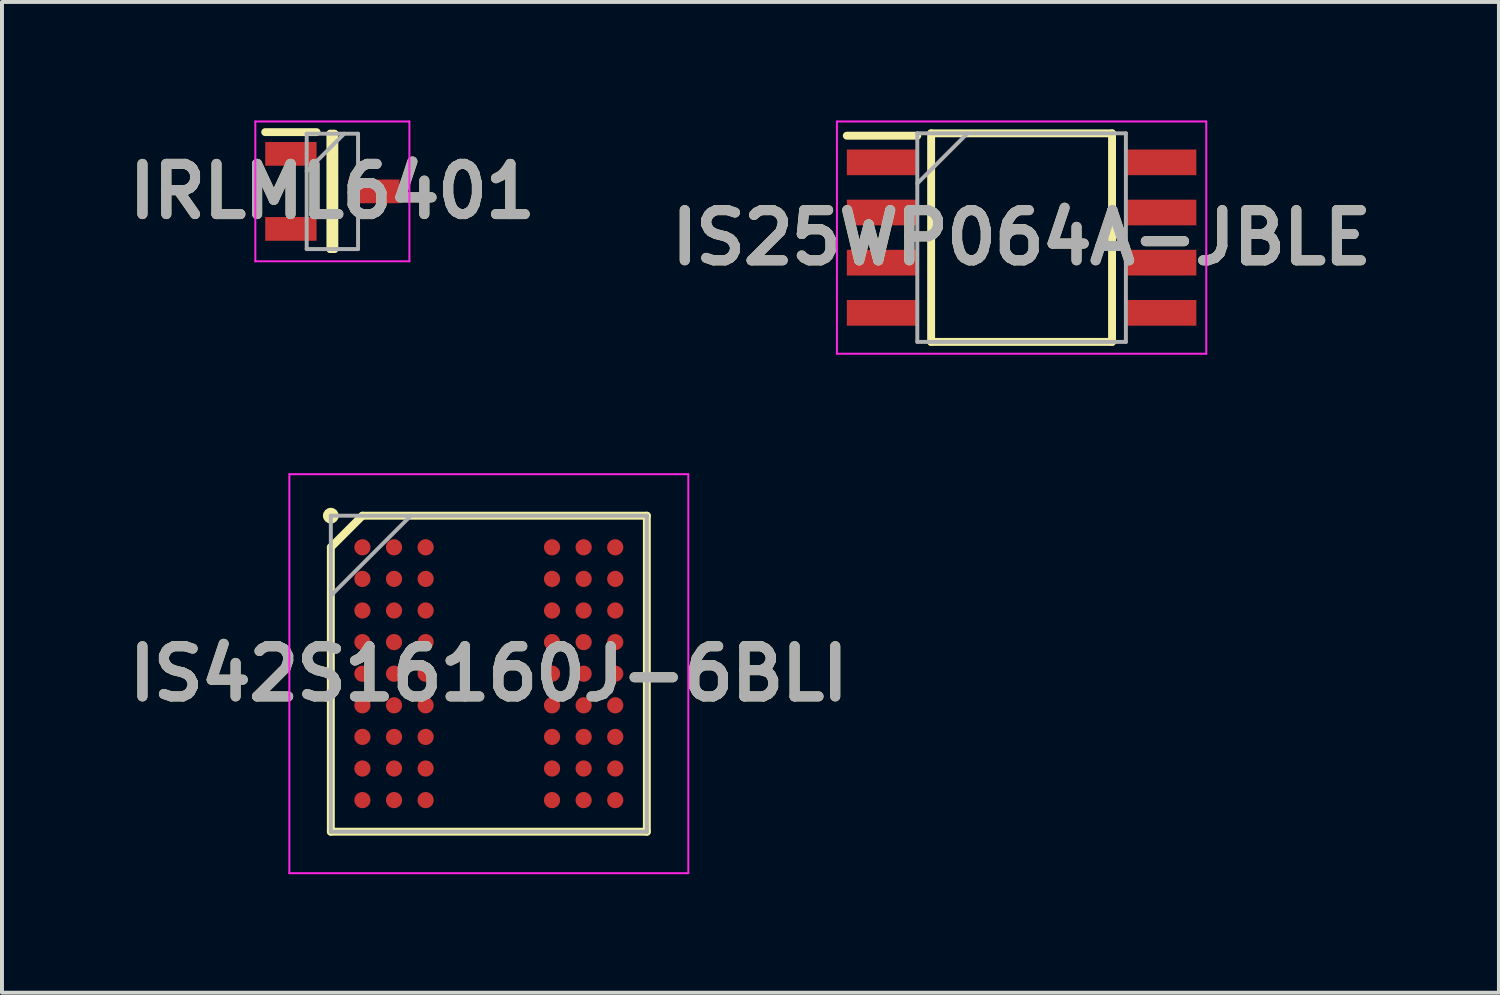
<source format=kicad_pcb>
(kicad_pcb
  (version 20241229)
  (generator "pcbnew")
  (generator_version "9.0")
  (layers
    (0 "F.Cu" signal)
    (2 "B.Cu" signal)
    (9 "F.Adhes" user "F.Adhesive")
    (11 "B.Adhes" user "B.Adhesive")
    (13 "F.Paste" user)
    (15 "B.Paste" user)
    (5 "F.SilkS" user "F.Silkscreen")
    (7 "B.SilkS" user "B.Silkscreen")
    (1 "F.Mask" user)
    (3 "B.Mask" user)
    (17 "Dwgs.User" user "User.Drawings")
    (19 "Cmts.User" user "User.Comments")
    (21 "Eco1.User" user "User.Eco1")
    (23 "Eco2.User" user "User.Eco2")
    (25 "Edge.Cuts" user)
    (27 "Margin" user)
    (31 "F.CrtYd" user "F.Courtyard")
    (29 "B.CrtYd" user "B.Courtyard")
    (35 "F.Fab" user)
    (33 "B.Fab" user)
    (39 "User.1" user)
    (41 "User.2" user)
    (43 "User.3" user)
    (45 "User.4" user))
  (footprint "IS42S16160J-6BLI"
    (layer "F.Cu")
    (at 9.325 14.005)
    (property "Reference" "IS42S16160J-6BLI" (at 0 0 0) (layer "F.SilkS") (effects (font (size 1.27 1.27) (thickness 0.254))))
    (attr smd)
    (fp_line (start -4 -3.2) (end -3.2 -4) (stroke (width 0.2) (type solid)) (layer "F.SilkS"))
    (fp_line (start -4 4) (end -4 -3.2) (stroke (width 0.2) (type solid)) (layer "F.SilkS"))
    (fp_line (start -3.2 -4) (end 4 -4) (stroke (width 0.2) (type solid)) (layer "F.SilkS"))
    (fp_line (start 4 -4) (end 4 4) (stroke (width 0.2) (type solid)) (layer "F.SilkS"))
    (fp_line (start 4 4) (end -4 4) (stroke (width 0.2) (type solid)) (layer "F.SilkS"))
    (fp_circle (center -4 -4) (end -4 -3.9) (stroke (width 0.2) (type solid)) (fill no) (layer "F.SilkS"))
    (fp_line (start -5.05 -5.05) (end 5.05 -5.05) (stroke (width 0.05) (type solid)) (layer "F.CrtYd"))
    (fp_line (start -5.05 5.05) (end -5.05 -5.05) (stroke (width 0.05) (type solid)) (layer "F.CrtYd"))
    (fp_line (start 5.05 -5.05) (end 5.05 5.05) (stroke (width 0.05) (type solid)) (layer "F.CrtYd"))
    (fp_line (start 5.05 5.05) (end -5.05 5.05) (stroke (width 0.05) (type solid)) (layer "F.CrtYd"))
    (fp_line (start -4 -4) (end 4 -4) (stroke (width 0.1) (type solid)) (layer "F.Fab"))
    (fp_line (start -4 -1.975) (end -1.975 -4) (stroke (width 0.1) (type solid)) (layer "F.Fab"))
    (fp_line (start -4 4) (end -4 -4) (stroke (width 0.1) (type solid)) (layer "F.Fab"))
    (fp_line (start 4 -4) (end 4 4) (stroke (width 0.1) (type solid)) (layer "F.Fab"))
    (fp_line (start 4 4) (end -4 4) (stroke (width 0.1) (type solid)) (layer "F.Fab"))
    (fp_text user "${REFERENCE}" (at 0 0 0) (layer "F.Fab") (effects (font (size 1.27 1.27) (thickness 0.254))))
    (pad "A1" smd circle (at -3.2 -3.2 90) (size 0.41 0.41) (layers "F.Cu" "F.Mask" "F.Paste"))
    (pad "A2" smd circle (at -2.4 -3.2 90) (size 0.41 0.41) (layers "F.Cu" "F.Mask" "F.Paste"))
    (pad "A3" smd circle (at -1.6 -3.2 90) (size 0.41 0.41) (layers "F.Cu" "F.Mask" "F.Paste"))
    (pad "A7" smd circle (at 1.6 -3.2 90) (size 0.41 0.41) (layers "F.Cu" "F.Mask" "F.Paste"))
    (pad "A8" smd circle (at 2.4 -3.2 90) (size 0.41 0.41) (layers "F.Cu" "F.Mask" "F.Paste"))
    (pad "A9" smd circle (at 3.2 -3.2 90) (size 0.41 0.41) (layers "F.Cu" "F.Mask" "F.Paste"))
    (pad "B1" smd circle (at -3.2 -2.4 90) (size 0.41 0.41) (layers "F.Cu" "F.Mask" "F.Paste"))
    (pad "B2" smd circle (at -2.4 -2.4 90) (size 0.41 0.41) (layers "F.Cu" "F.Mask" "F.Paste"))
    (pad "B3" smd circle (at -1.6 -2.4 90) (size 0.41 0.41) (layers "F.Cu" "F.Mask" "F.Paste"))
    (pad "B7" smd circle (at 1.6 -2.4 90) (size 0.41 0.41) (layers "F.Cu" "F.Mask" "F.Paste"))
    (pad "B8" smd circle (at 2.4 -2.4 90) (size 0.41 0.41) (layers "F.Cu" "F.Mask" "F.Paste"))
    (pad "B9" smd circle (at 3.2 -2.4 90) (size 0.41 0.41) (layers "F.Cu" "F.Mask" "F.Paste"))
    (pad "C1" smd circle (at -3.2 -1.6 90) (size 0.41 0.41) (layers "F.Cu" "F.Mask" "F.Paste"))
    (pad "C2" smd circle (at -2.4 -1.6 90) (size 0.41 0.41) (layers "F.Cu" "F.Mask" "F.Paste"))
    (pad "C3" smd circle (at -1.6 -1.6 90) (size 0.41 0.41) (layers "F.Cu" "F.Mask" "F.Paste"))
    (pad "C7" smd circle (at 1.6 -1.6 90) (size 0.41 0.41) (layers "F.Cu" "F.Mask" "F.Paste"))
    (pad "C8" smd circle (at 2.4 -1.6 90) (size 0.41 0.41) (layers "F.Cu" "F.Mask" "F.Paste"))
    (pad "C9" smd circle (at 3.2 -1.6 90) (size 0.41 0.41) (layers "F.Cu" "F.Mask" "F.Paste"))
    (pad "D1" smd circle (at -3.2 -0.8 90) (size 0.41 0.41) (layers "F.Cu" "F.Mask" "F.Paste"))
    (pad "D2" smd circle (at -2.4 -0.8 90) (size 0.41 0.41) (layers "F.Cu" "F.Mask" "F.Paste"))
    (pad "D3" smd circle (at -1.6 -0.8 90) (size 0.41 0.41) (layers "F.Cu" "F.Mask" "F.Paste"))
    (pad "D7" smd circle (at 1.6 -0.8 90) (size 0.41 0.41) (layers "F.Cu" "F.Mask" "F.Paste"))
    (pad "D8" smd circle (at 2.4 -0.8 90) (size 0.41 0.41) (layers "F.Cu" "F.Mask" "F.Paste"))
    (pad "D9" smd circle (at 3.2 -0.8 90) (size 0.41 0.41) (layers "F.Cu" "F.Mask" "F.Paste"))
    (pad "E1" smd circle (at -3.2 0 90) (size 0.41 0.41) (layers "F.Cu" "F.Mask" "F.Paste"))
    (pad "E2" smd circle (at -2.4 0 90) (size 0.41 0.41) (layers "F.Cu" "F.Mask" "F.Paste"))
    (pad "E3" smd circle (at -1.6 0 90) (size 0.41 0.41) (layers "F.Cu" "F.Mask" "F.Paste"))
    (pad "E7" smd circle (at 1.6 0 90) (size 0.41 0.41) (layers "F.Cu" "F.Mask" "F.Paste"))
    (pad "E8" smd circle (at 2.4 0 90) (size 0.41 0.41) (layers "F.Cu" "F.Mask" "F.Paste"))
    (pad "E9" smd circle (at 3.2 0 90) (size 0.41 0.41) (layers "F.Cu" "F.Mask" "F.Paste"))
    (pad "F1" smd circle (at -3.2 0.8 90) (size 0.41 0.41) (layers "F.Cu" "F.Mask" "F.Paste"))
    (pad "F2" smd circle (at -2.4 0.8 90) (size 0.41 0.41) (layers "F.Cu" "F.Mask" "F.Paste"))
    (pad "F3" smd circle (at -1.6 0.8 90) (size 0.41 0.41) (layers "F.Cu" "F.Mask" "F.Paste"))
    (pad "F7" smd circle (at 1.6 0.8 90) (size 0.41 0.41) (layers "F.Cu" "F.Mask" "F.Paste"))
    (pad "F8" smd circle (at 2.4 0.8 90) (size 0.41 0.41) (layers "F.Cu" "F.Mask" "F.Paste"))
    (pad "F9" smd circle (at 3.2 0.8 90) (size 0.41 0.41) (layers "F.Cu" "F.Mask" "F.Paste"))
    (pad "G1" smd circle (at -3.2 1.6 90) (size 0.41 0.41) (layers "F.Cu" "F.Mask" "F.Paste"))
    (pad "G2" smd circle (at -2.4 1.6 90) (size 0.41 0.41) (layers "F.Cu" "F.Mask" "F.Paste"))
    (pad "G3" smd circle (at -1.6 1.6 90) (size 0.41 0.41) (layers "F.Cu" "F.Mask" "F.Paste"))
    (pad "G7" smd circle (at 1.6 1.6 90) (size 0.41 0.41) (layers "F.Cu" "F.Mask" "F.Paste"))
    (pad "G8" smd circle (at 2.4 1.6 90) (size 0.41 0.41) (layers "F.Cu" "F.Mask" "F.Paste"))
    (pad "G9" smd circle (at 3.2 1.6 90) (size 0.41 0.41) (layers "F.Cu" "F.Mask" "F.Paste"))
    (pad "H1" smd circle (at -3.2 2.4 90) (size 0.41 0.41) (layers "F.Cu" "F.Mask" "F.Paste"))
    (pad "H2" smd circle (at -2.4 2.4 90) (size 0.41 0.41) (layers "F.Cu" "F.Mask" "F.Paste"))
    (pad "H3" smd circle (at -1.6 2.4 90) (size 0.41 0.41) (layers "F.Cu" "F.Mask" "F.Paste"))
    (pad "H7" smd circle (at 1.6 2.4 90) (size 0.41 0.41) (layers "F.Cu" "F.Mask" "F.Paste"))
    (pad "H8" smd circle (at 2.4 2.4 90) (size 0.41 0.41) (layers "F.Cu" "F.Mask" "F.Paste"))
    (pad "H9" smd circle (at 3.2 2.4 90) (size 0.41 0.41) (layers "F.Cu" "F.Mask" "F.Paste"))
    (pad "J1" smd circle (at -3.2 3.2 90) (size 0.41 0.41) (layers "F.Cu" "F.Mask" "F.Paste"))
    (pad "J2" smd circle (at -2.4 3.2 90) (size 0.41 0.41) (layers "F.Cu" "F.Mask" "F.Paste"))
    (pad "J3" smd circle (at -1.6 3.2 90) (size 0.41 0.41) (layers "F.Cu" "F.Mask" "F.Paste"))
    (pad "J7" smd circle (at 1.6 3.2 90) (size 0.41 0.41) (layers "F.Cu" "F.Mask" "F.Paste"))
    (pad "J8" smd circle (at 2.4 3.2 90) (size 0.41 0.41) (layers "F.Cu" "F.Mask" "F.Paste"))
    (pad "J9" smd circle (at 3.2 3.2 90) (size 0.41 0.41) (layers "F.Cu" "F.Mask" "F.Paste")))
  (footprint "IS25WP064A-JBLE"
    (layer "F.Cu")
    (at 22.812 2.965)
    (property "Reference" "IS25WP064A-JBLE" (at 0 0 0) (layer "F.SilkS") (effects (font (size 1.27 1.27) (thickness 0.254))))
    (attr smd)
    (fp_line (start -4.425 -2.58) (end -2.64 -2.58) (stroke (width 0.2) (type solid)) (layer "F.SilkS"))
    (fp_line (start -2.29 -2.64) (end 2.29 -2.64) (stroke (width 0.2) (type solid)) (layer "F.SilkS"))
    (fp_line (start -2.29 2.64) (end -2.29 -2.64) (stroke (width 0.2) (type solid)) (layer "F.SilkS"))
    (fp_line (start 2.29 -2.64) (end 2.29 2.64) (stroke (width 0.2) (type solid)) (layer "F.SilkS"))
    (fp_line (start 2.29 2.64) (end -2.29 2.64) (stroke (width 0.2) (type solid)) (layer "F.SilkS"))
    (fp_line (start -4.675 -2.94) (end 4.675 -2.94) (stroke (width 0.05) (type solid)) (layer "F.CrtYd"))
    (fp_line (start -4.675 2.94) (end -4.675 -2.94) (stroke (width 0.05) (type solid)) (layer "F.CrtYd"))
    (fp_line (start 4.675 -2.94) (end 4.675 2.94) (stroke (width 0.05) (type solid)) (layer "F.CrtYd"))
    (fp_line (start 4.675 2.94) (end -4.675 2.94) (stroke (width 0.05) (type solid)) (layer "F.CrtYd"))
    (fp_line (start -2.64 -2.64) (end 2.64 -2.64) (stroke (width 0.1) (type solid)) (layer "F.Fab"))
    (fp_line (start -2.64 -1.37) (end -1.37 -2.64) (stroke (width 0.1) (type solid)) (layer "F.Fab"))
    (fp_line (start -2.64 2.64) (end -2.64 -2.64) (stroke (width 0.1) (type solid)) (layer "F.Fab"))
    (fp_line (start 2.64 -2.64) (end 2.64 2.64) (stroke (width 0.1) (type solid)) (layer "F.Fab"))
    (fp_line (start 2.64 2.64) (end -2.64 2.64) (stroke (width 0.1) (type solid)) (layer "F.Fab"))
    (fp_text user "${REFERENCE}" (at 0 0 0) (layer "F.Fab") (effects (font (size 1.27 1.27) (thickness 0.254))))
    (pad "1" smd rect (at -3.532 -1.905 90) (size 0.65 1.785) (layers "F.Cu" "F.Mask" "F.Paste"))
    (pad "2" smd rect (at -3.532 -0.635 90) (size 0.65 1.785) (layers "F.Cu" "F.Mask" "F.Paste"))
    (pad "3" smd rect (at -3.532 0.635 90) (size 0.65 1.785) (layers "F.Cu" "F.Mask" "F.Paste"))
    (pad "4" smd rect (at -3.532 1.905 90) (size 0.65 1.785) (layers "F.Cu" "F.Mask" "F.Paste"))
    (pad "5" smd rect (at 3.532 1.905 90) (size 0.65 1.785) (layers "F.Cu" "F.Mask" "F.Paste"))
    (pad "6" smd rect (at 3.532 0.635 90) (size 0.65 1.785) (layers "F.Cu" "F.Mask" "F.Paste"))
    (pad "7" smd rect (at 3.532 -0.635 90) (size 0.65 1.785) (layers "F.Cu" "F.Mask" "F.Paste"))
    (pad "8" smd rect (at 3.532 -1.905 90) (size 0.65 1.785) (layers "F.Cu" "F.Mask" "F.Paste")))
  (footprint "IRLML6401"
    (layer "F.Cu")
    (at 5.364 1.795)
    (property "Reference" "IRLML6401" (at 0 0 0) (layer "F.SilkS") (effects (font (size 1.27 1.27) (thickness 0.254))))
    (attr smd)
    (fp_line (start -1.7 -1.5) (end -0.4 -1.5) (stroke (width 0.2) (type solid)) (layer "F.SilkS"))
    (fp_line (start -0.05 -1.46) (end 0.05 -1.46) (stroke (width 0.2) (type solid)) (layer "F.SilkS"))
    (fp_line (start -0.05 1.46) (end -0.05 -1.46) (stroke (width 0.2) (type solid)) (layer "F.SilkS"))
    (fp_line (start 0.05 -1.46) (end 0.05 1.46) (stroke (width 0.2) (type solid)) (layer "F.SilkS"))
    (fp_line (start 0.05 1.46) (end -0.05 1.46) (stroke (width 0.2) (type solid)) (layer "F.SilkS"))
    (fp_line (start -1.95 -1.77) (end 1.95 -1.77) (stroke (width 0.05) (type solid)) (layer "F.CrtYd"))
    (fp_line (start -1.95 1.77) (end -1.95 -1.77) (stroke (width 0.05) (type solid)) (layer "F.CrtYd"))
    (fp_line (start 1.95 -1.77) (end 1.95 1.77) (stroke (width 0.05) (type solid)) (layer "F.CrtYd"))
    (fp_line (start 1.95 1.77) (end -1.95 1.77) (stroke (width 0.05) (type solid)) (layer "F.CrtYd"))
    (fp_line (start -0.65 -1.46) (end 0.65 -1.46) (stroke (width 0.1) (type solid)) (layer "F.Fab"))
    (fp_line (start -0.65 -0.51) (end 0.3 -1.46) (stroke (width 0.1) (type solid)) (layer "F.Fab"))
    (fp_line (start -0.65 1.46) (end -0.65 -1.46) (stroke (width 0.1) (type solid)) (layer "F.Fab"))
    (fp_line (start 0.65 -1.46) (end 0.65 1.46) (stroke (width 0.1) (type solid)) (layer "F.Fab"))
    (fp_line (start 0.65 1.46) (end -0.65 1.46) (stroke (width 0.1) (type solid)) (layer "F.Fab"))
    (fp_text user "${REFERENCE}" (at 0 0 0) (layer "F.Fab") (effects (font (size 1.27 1.27) (thickness 0.254))))
    (pad "1" smd rect (at -1.05 -0.95 90) (size 0.6 1.3) (layers "F.Cu" "F.Mask" "F.Paste"))
    (pad "2" smd rect (at -1.05 0.95 90) (size 0.6 1.3) (layers "F.Cu" "F.Mask" "F.Paste"))
    (pad "3" smd rect (at 1.05 0 90) (size 0.6 1.3) (layers "F.Cu" "F.Mask" "F.Paste")))
  (gr_rect
    (start -3 -3)
    (end 34.896 22.08)
    (stroke (width 0.1) (type default))
    (fill no)
    (layer "Edge.Cuts")))
</source>
